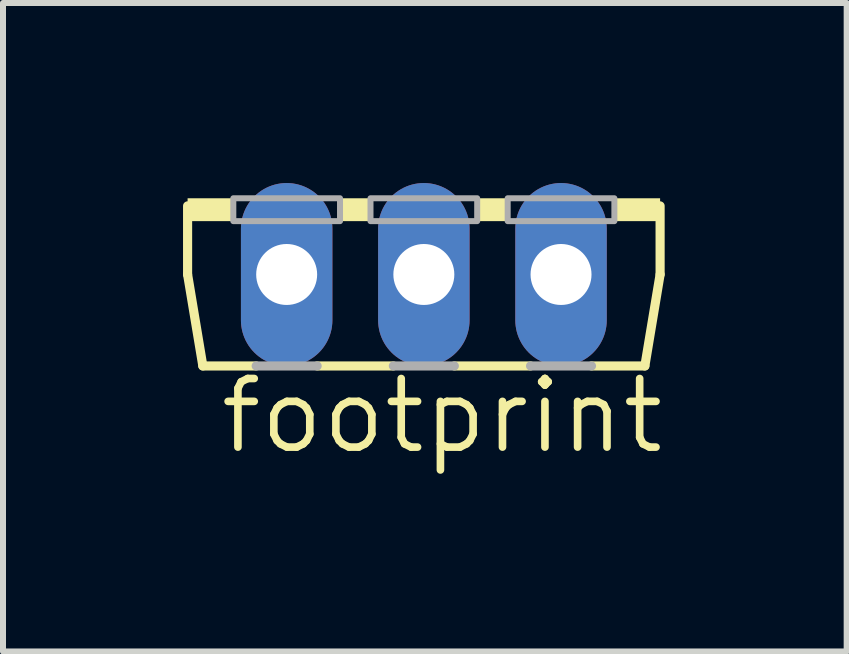
<source format=kicad_pcb>
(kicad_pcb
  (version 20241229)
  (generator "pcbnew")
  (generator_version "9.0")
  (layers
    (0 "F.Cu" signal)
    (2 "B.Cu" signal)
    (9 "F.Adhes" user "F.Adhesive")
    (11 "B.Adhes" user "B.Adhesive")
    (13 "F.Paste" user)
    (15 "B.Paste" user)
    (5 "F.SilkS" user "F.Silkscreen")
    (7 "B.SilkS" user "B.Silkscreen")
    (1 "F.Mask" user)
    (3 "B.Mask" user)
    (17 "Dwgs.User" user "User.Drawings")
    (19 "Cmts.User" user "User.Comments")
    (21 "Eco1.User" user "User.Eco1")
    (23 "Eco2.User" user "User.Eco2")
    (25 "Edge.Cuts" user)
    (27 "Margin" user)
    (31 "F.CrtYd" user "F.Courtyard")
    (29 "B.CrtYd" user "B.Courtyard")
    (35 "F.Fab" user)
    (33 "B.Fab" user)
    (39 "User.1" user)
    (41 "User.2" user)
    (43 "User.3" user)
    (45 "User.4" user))
  (footprint "footprint"
    (layer "F.Cu")
    (at 4.013 0.254)
    (property "Reference" "footprint" (at -3.454 4.293 0) (layer "F.SilkS") (effects (font (size 1.143 1.143) (thickness 0.127)) (justify left bottom)))
    (fp_line (start -3.937 0.127) (end -3.937 1.27) (stroke (width 0.152) (type solid)) (layer "F.SilkS"))
    (fp_line (start -3.937 1.27) (end -3.683 2.794) (stroke (width 0.152) (type solid)) (layer "F.SilkS"))
    (fp_line (start -3.683 2.794) (end -2.794 2.794) (stroke (width 0.152) (type solid)) (layer "F.SilkS"))
    (fp_line (start -1.778 2.794) (end -0.508 2.794) (stroke (width 0.152) (type solid)) (layer "F.SilkS"))
    (fp_line (start 0.508 2.794) (end 1.778 2.794) (stroke (width 0.152) (type solid)) (layer "F.SilkS"))
    (fp_line (start 2.794 2.794) (end 3.683 2.794) (stroke (width 0.152) (type solid)) (layer "F.SilkS"))
    (fp_line (start 3.683 2.794) (end 3.937 1.27) (stroke (width 0.152) (type solid)) (layer "F.SilkS"))
    (fp_line (start 3.937 1.27) (end 3.937 0.127) (stroke (width 0.152) (type solid)) (layer "F.SilkS"))
    (fp_poly (pts (xy -3.937 0.381) (xy -3.175 0.381) (xy -3.175 0) (xy -3.937 0)) (stroke (width 0) (type solid)) (fill yes) (layer "F.SilkS"))
    (fp_poly (pts (xy -1.397 0.381) (xy -0.889 0.381) (xy -0.889 0) (xy -1.397 0)) (stroke (width 0) (type solid)) (fill yes) (layer "F.SilkS"))
    (fp_poly (pts (xy 0.889 0.381) (xy 1.397 0.381) (xy 1.397 0) (xy 0.889 0)) (stroke (width 0) (type solid)) (fill yes) (layer "F.SilkS"))
    (fp_poly (pts (xy 3.175 0.381) (xy 3.937 0.381) (xy 3.937 0) (xy 3.175 0)) (stroke (width 0) (type solid)) (fill yes) (layer "F.SilkS"))
    (fp_line (start -2.794 2.794) (end -1.778 2.794) (stroke (width 0.152) (type solid)) (layer "F.Fab"))
    (fp_line (start -0.508 2.794) (end 0.508 2.794) (stroke (width 0.152) (type solid)) (layer "F.Fab"))
    (fp_line (start 1.778 2.794) (end 2.794 2.794) (stroke (width 0.152) (type solid)) (layer "F.Fab"))
    (fp_poly (pts (xy -3.175 0.381) (xy -1.397 0.381) (xy -1.397 0) (xy -3.175 0)) (stroke (width 0.1) (type solid)) (fill no) (layer "F.Fab"))
    (fp_poly (pts (xy -0.889 0.381) (xy 0.889 0.381) (xy 0.889 0) (xy -0.889 0)) (stroke (width 0.1) (type solid)) (fill no) (layer "F.Fab"))
    (fp_poly (pts (xy 1.397 0.381) (xy 3.175 0.381) (xy 3.175 0) (xy 1.397 0)) (stroke (width 0.1) (type solid)) (fill no) (layer "F.Fab"))
    (pad "A1" thru_hole oval (at -2.286 1.27 90) (size 3.048 1.524) (drill 1.016) (layers "*.Cu" "*.Mask"))
    (pad "A2" thru_hole oval (at 2.286 1.27 90) (size 3.048 1.524) (drill 1.016) (layers "*.Cu" "*.Mask"))
    (pad "C" thru_hole oval (at 0 1.27 90) (size 3.048 1.524) (drill 1.016) (layers "*.Cu" "*.Mask")))
  (gr_rect
    (start -3 -3)
    (end 11.059 7.806)
    (stroke (width 0.1) (type default))
    (fill no)
    (layer "Edge.Cuts")))
</source>
